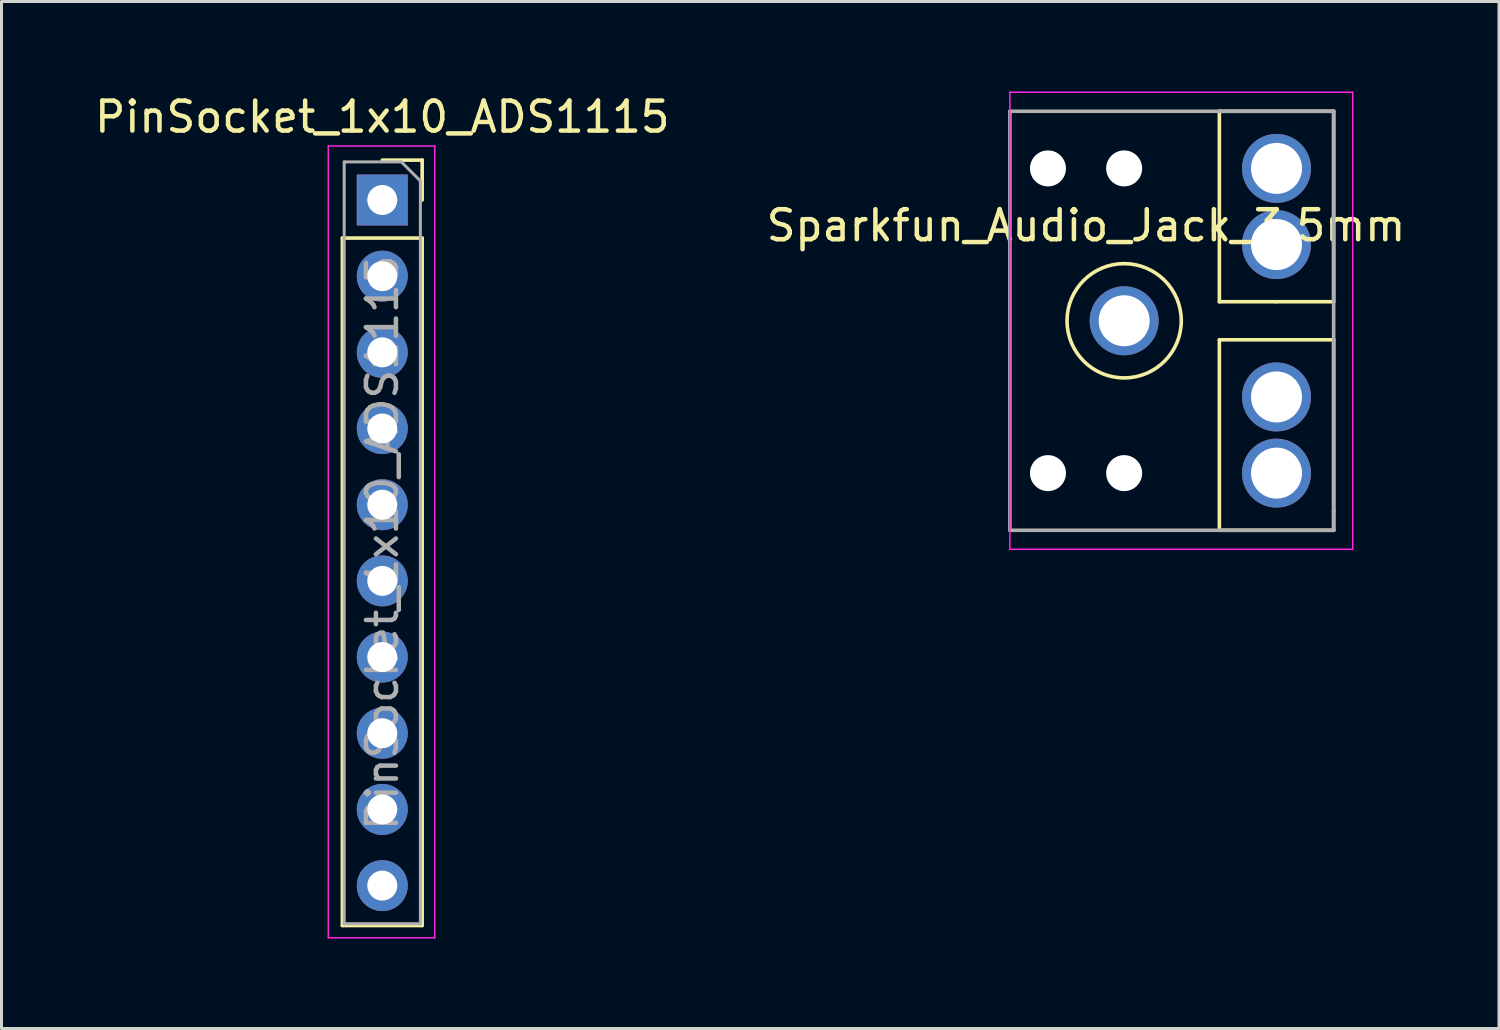
<source format=kicad_pcb>
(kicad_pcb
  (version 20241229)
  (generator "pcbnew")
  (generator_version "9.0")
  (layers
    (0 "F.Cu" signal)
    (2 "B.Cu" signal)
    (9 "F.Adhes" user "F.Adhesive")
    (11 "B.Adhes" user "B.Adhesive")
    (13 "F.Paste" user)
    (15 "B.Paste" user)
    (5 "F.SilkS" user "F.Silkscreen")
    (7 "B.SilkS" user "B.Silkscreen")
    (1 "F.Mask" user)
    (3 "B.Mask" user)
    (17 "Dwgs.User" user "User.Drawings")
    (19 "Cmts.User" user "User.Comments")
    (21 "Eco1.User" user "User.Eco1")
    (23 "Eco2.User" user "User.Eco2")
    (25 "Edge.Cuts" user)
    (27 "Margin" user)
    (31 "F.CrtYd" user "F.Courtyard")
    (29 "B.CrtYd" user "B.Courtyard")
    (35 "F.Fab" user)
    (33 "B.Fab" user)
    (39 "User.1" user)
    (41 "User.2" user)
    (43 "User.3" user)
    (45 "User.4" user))
  (footprint "Sparkfun_Audio_Jack_3.5mm"
    (layer "F.Cu")
    (at 34.431 7.645)
    (property "Reference" "Sparkfun_Audio_Jack_3.5mm" (at -1.27 -3.175 180) (layer "F.SilkS") (effects (font (size 1 1) (thickness 0.15))))
    (attr through_hole)
    (fp_line (start 3.175 -6.985) (end 6.985 -6.985) (stroke (width 0.12) (type solid)) (layer "F.SilkS"))
    (fp_line (start 3.175 -0.635) (end 3.175 -6.985) (stroke (width 0.12) (type solid)) (layer "F.SilkS"))
    (fp_line (start 3.175 0.635) (end 6.985 0.635) (stroke (width 0.12) (type solid)) (layer "F.SilkS"))
    (fp_line (start 3.175 6.985) (end 3.175 0.635) (stroke (width 0.12) (type solid)) (layer "F.SilkS"))
    (fp_line (start 5.08 -0.635) (end 3.175 -0.635) (stroke (width 0.12) (type solid)) (layer "F.SilkS"))
    (fp_line (start 6.985 -6.985) (end 6.985 -0.635) (stroke (width 0.12) (type solid)) (layer "F.SilkS"))
    (fp_line (start 6.985 -0.635) (end 5.08 -0.635) (stroke (width 0.12) (type solid)) (layer "F.SilkS"))
    (fp_line (start 6.985 0.635) (end 6.985 6.35) (stroke (width 0.12) (type solid)) (layer "F.SilkS"))
    (fp_line (start 6.985 6.35) (end 6.985 6.985) (stroke (width 0.12) (type solid)) (layer "F.SilkS"))
    (fp_line (start 6.985 6.985) (end 3.175 6.985) (stroke (width 0.12) (type solid)) (layer "F.SilkS"))
    (fp_circle (center 0 0) (end 0 -1.905) (stroke (width 0.12) (type solid)) (fill no) (layer "F.SilkS"))
    (fp_line (start -3.81 -7.62) (end 7.62 -7.62) (stroke (width 0.05) (type solid)) (layer "F.CrtYd"))
    (fp_line (start -3.81 7.62) (end -3.81 -7.62) (stroke (width 0.05) (type solid)) (layer "F.CrtYd"))
    (fp_line (start 7.62 -7.62) (end 7.62 7.62) (stroke (width 0.05) (type solid)) (layer "F.CrtYd"))
    (fp_line (start 7.62 7.62) (end -3.81 7.62) (stroke (width 0.05) (type solid)) (layer "F.CrtYd"))
    (fp_line (start -3.81 -6.985) (end -3.81 6.985) (stroke (width 0.12) (type solid)) (layer "F.Fab"))
    (fp_line (start -3.81 6.985) (end 6.985 6.985) (stroke (width 0.12) (type solid)) (layer "F.Fab"))
    (fp_line (start 6.985 -6.985) (end -3.81 -6.985) (stroke (width 0.12) (type solid)) (layer "F.Fab"))
    (fp_line (start 6.985 6.985) (end 6.985 -6.985) (stroke (width 0.12) (type solid)) (layer "F.Fab"))
    (pad "" np_thru_hole circle (at -2.54 -5.08) (size 1.2 1.2) (drill 1.2) (layers "*.Cu" "*.Mask"))
    (pad "" np_thru_hole circle (at -2.54 5.08) (size 1.2 1.2) (drill 1.2) (layers "*.Cu" "*.Mask"))
    (pad "" np_thru_hole circle (at 0 -5.08) (size 1.2 1.2) (drill 1.2) (layers "*.Cu" "*.Mask"))
    (pad "" np_thru_hole circle (at 0 5.08) (size 1.2 1.2) (drill 1.2) (layers "*.Cu" "*.Mask"))
    (pad "G" thru_hole circle (at 0 0) (size 2.3 2.3) (drill 1.7) (layers "*.Cu" "*.Mask"))
    (pad "S" thru_hole circle (at 5.08 2.54) (size 2.3 2.3) (drill 1.7) (layers "*.Cu" "*.Mask"))
    (pad "S1" thru_hole circle (at 5.08 5.08) (size 2.3 2.3) (drill 1.7) (layers "*.Cu" "*.Mask"))
    (pad "T" thru_hole circle (at 5.08 -5.08) (size 2.3 2.3) (drill 1.7) (layers "*.Cu" "*.Mask"))
    (pad "T1" thru_hole circle (at 5.08 -2.54) (size 2.3 2.3) (drill 1.7) (layers "*.Cu" "*.Mask")))
  (footprint "PinSocket_1x10_ADS1115"
    (layer "F.Cu")
    (at 9.696 3.618)
    (property "Reference" "PinSocket_1x10_ADS1115" (at 0 -2.77 0) (layer "F.SilkS") (effects (font (size 1 1) (thickness 0.15))))
    (attr through_hole)
    (fp_line (start -1.33 1.27) (end -1.33 24.19) (stroke (width 0.12) (type solid)) (layer "F.SilkS"))
    (fp_line (start -1.33 1.27) (end 1.33 1.27) (stroke (width 0.12) (type solid)) (layer "F.SilkS"))
    (fp_line (start -1.33 24.19) (end 1.33 24.19) (stroke (width 0.12) (type solid)) (layer "F.SilkS"))
    (fp_line (start 0 -1.33) (end 1.33 -1.33) (stroke (width 0.12) (type solid)) (layer "F.SilkS"))
    (fp_line (start 1.33 -1.33) (end 1.33 0) (stroke (width 0.12) (type solid)) (layer "F.SilkS"))
    (fp_line (start 1.33 1.27) (end 1.33 24.19) (stroke (width 0.12) (type solid)) (layer "F.SilkS"))
    (fp_line (start -1.8 -1.8) (end 1.75 -1.8) (stroke (width 0.05) (type solid)) (layer "F.CrtYd"))
    (fp_line (start -1.8 24.6) (end -1.8 -1.8) (stroke (width 0.05) (type solid)) (layer "F.CrtYd"))
    (fp_line (start 1.75 -1.8) (end 1.75 24.6) (stroke (width 0.05) (type solid)) (layer "F.CrtYd"))
    (fp_line (start 1.75 24.6) (end -1.8 24.6) (stroke (width 0.05) (type solid)) (layer "F.CrtYd"))
    (fp_line (start -1.27 -1.27) (end 0.635 -1.27) (stroke (width 0.1) (type solid)) (layer "F.Fab"))
    (fp_line (start -1.27 24.13) (end -1.27 -1.27) (stroke (width 0.1) (type solid)) (layer "F.Fab"))
    (fp_line (start 0.635 -1.27) (end 1.27 -0.635) (stroke (width 0.1) (type solid)) (layer "F.Fab"))
    (fp_line (start 1.27 -0.635) (end 1.27 24.13) (stroke (width 0.1) (type solid)) (layer "F.Fab"))
    (fp_line (start 1.27 24.13) (end -1.27 24.13) (stroke (width 0.1) (type solid)) (layer "F.Fab"))
    (fp_text user "${REFERENCE}" (at 0 11.43 90) (layer "F.Fab") (effects (font (size 1 1) (thickness 0.15))))
    (pad "1" thru_hole oval (at 0 10.16) (size 1.7 1.7) (drill 1) (layers "*.Cu" "*.Mask"))
    (pad "2" thru_hole oval (at 0 12.7) (size 1.7 1.7) (drill 1) (layers "*.Cu" "*.Mask"))
    (pad "3" thru_hole oval (at 0 2.54) (size 1.7 1.7) (drill 1) (layers "*.Cu" "*.Mask"))
    (pad "4" thru_hole oval (at 0 15.24) (size 1.7 1.7) (drill 1) (layers "*.Cu" "*.Mask"))
    (pad "5" thru_hole oval (at 0 17.78) (size 1.7 1.7) (drill 1) (layers "*.Cu" "*.Mask"))
    (pad "6" thru_hole oval (at 0 20.32) (size 1.7 1.7) (drill 1) (layers "*.Cu" "*.Mask"))
    (pad "7" thru_hole oval (at 0 22.86) (size 1.7 1.7) (drill 1) (layers "*.Cu" "*.Mask"))
    (pad "8" thru_hole rect (at 0 0) (size 1.7 1.7) (drill 1) (layers "*.Cu" "*.Mask"))
    (pad "9" thru_hole oval (at 0 7.62) (size 1.7 1.7) (drill 1) (layers "*.Cu" "*.Mask"))
    (pad "10" thru_hole oval (at 0 5.08) (size 1.7 1.7) (drill 1) (layers "*.Cu" "*.Mask")))
  (gr_rect
    (start -3 -3)
    (end 46.929 31.243)
    (stroke (width 0.1) (type default))
    (fill no)
    (layer "Edge.Cuts")))
</source>
